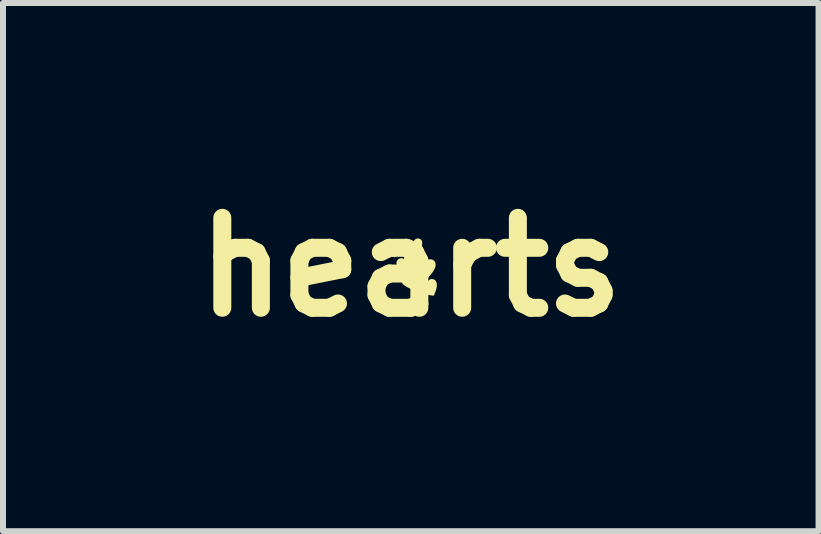
<source format=kicad_pcb>
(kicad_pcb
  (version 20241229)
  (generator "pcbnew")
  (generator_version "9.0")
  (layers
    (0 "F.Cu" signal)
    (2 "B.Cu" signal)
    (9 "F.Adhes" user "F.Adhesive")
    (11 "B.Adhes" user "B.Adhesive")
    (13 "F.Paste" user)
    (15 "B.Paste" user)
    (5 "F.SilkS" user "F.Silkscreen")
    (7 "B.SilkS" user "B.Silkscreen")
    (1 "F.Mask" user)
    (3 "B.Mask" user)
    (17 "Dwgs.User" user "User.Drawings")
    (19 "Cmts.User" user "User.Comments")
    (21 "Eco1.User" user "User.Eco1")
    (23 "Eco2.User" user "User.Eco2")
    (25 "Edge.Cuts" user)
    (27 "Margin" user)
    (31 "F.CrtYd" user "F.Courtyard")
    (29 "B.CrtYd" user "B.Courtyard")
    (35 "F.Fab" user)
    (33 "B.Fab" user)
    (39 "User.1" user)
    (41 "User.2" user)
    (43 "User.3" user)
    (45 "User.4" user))
  (footprint "hearts"
    (layer "F.Cu")
    (at 3.8 1.404)
    (property "Reference" "hearts" (at 0 0 0) (layer "F.SilkS") (effects (font (size 1.5 1.5) (thickness 0.3))))
    (attr board_only exclude_from_pos_files exclude_from_bom)
    (fp_poly (pts (xy 0.123 -0.477) (xy 0.129 -0.477) (xy 0.135 -0.476) (xy 0.138 -0.475) (xy 0.149 -0.471) (xy 0.159 -0.466) (xy 0.167 -0.46) (xy 0.175 -0.453) (xy 0.181 -0.445) (xy 0.185 -0.435) (xy 0.189 -0.425) (xy 0.189 -0.423) (xy 0.19 -0.417) (xy 0.191 -0.41) (xy 0.191 -0.402) (xy 0.191 -0.395) (xy 0.19 -0.388) (xy 0.19 -0.384) (xy 0.186 -0.371) (xy 0.182 -0.358) (xy 0.176 -0.346) (xy 0.17 -0.333) (xy 0.162 -0.319) (xy 0.153 -0.306) (xy 0.146 -0.296) (xy 0.142 -0.291) (xy 0.138 -0.286) (xy 0.132 -0.279) (xy 0.127 -0.272) (xy 0.121 -0.265) (xy 0.115 -0.257) (xy 0.109 -0.25) (xy 0.103 -0.243) (xy 0.097 -0.237) (xy 0.093 -0.231) (xy 0.09 -0.228) (xy 0.089 -0.228) (xy 0.087 -0.229) (xy 0.086 -0.229) (xy 0.084 -0.23) (xy 0.081 -0.232) (xy 0.077 -0.233) (xy 0.073 -0.235) (xy 0.072 -0.236) (xy 0.055 -0.244) (xy 0.039 -0.252) (xy 0.024 -0.26) (xy 0.011 -0.267) (xy -0.001 -0.274) (xy -0.012 -0.281) (xy -0.022 -0.287) (xy -0.031 -0.294) (xy -0.039 -0.301) (xy -0.046 -0.307) (xy -0.053 -0.314) (xy -0.059 -0.321) (xy -0.064 -0.327) (xy -0.071 -0.338) (xy -0.076 -0.348) (xy -0.08 -0.359) (xy -0.082 -0.369) (xy -0.083 -0.378) (xy -0.082 -0.389) (xy -0.08 -0.398) (xy -0.077 -0.408) (xy -0.072 -0.416) (xy -0.066 -0.424) (xy -0.062 -0.428) (xy -0.053 -0.435) (xy -0.044 -0.441) (xy -0.035 -0.445) (xy -0.025 -0.448) (xy -0.015 -0.45) (xy -0.005 -0.45) (xy 0.005 -0.448) (xy 0.015 -0.446) (xy 0.024 -0.442) (xy 0.033 -0.436) (xy 0.041 -0.429) (xy 0.043 -0.428) (xy 0.045 -0.425) (xy 0.047 -0.424) (xy 0.048 -0.423) (xy 0.048 -0.423) (xy 0.048 -0.423) (xy 0.049 -0.425) (xy 0.049 -0.426) (xy 0.051 -0.431) (xy 0.053 -0.436) (xy 0.056 -0.442) (xy 0.06 -0.447) (xy 0.06 -0.448) (xy 0.067 -0.456) (xy 0.075 -0.463) (xy 0.085 -0.469) (xy 0.095 -0.473) (xy 0.105 -0.476) (xy 0.11 -0.477) (xy 0.116 -0.477)) (stroke (width 0) (type solid)) (fill yes) (layer "F.SilkS"))
    (fp_poly (pts (xy -0.227 -0.471) (xy -0.214 -0.469) (xy -0.202 -0.466) (xy -0.191 -0.462) (xy -0.181 -0.456) (xy -0.171 -0.449) (xy -0.168 -0.446) (xy -0.16 -0.437) (xy -0.154 -0.427) (xy -0.149 -0.417) (xy -0.145 -0.405) (xy -0.143 -0.393) (xy -0.142 -0.384) (xy -0.142 -0.372) (xy -0.144 -0.36) (xy -0.146 -0.347) (xy -0.15 -0.333) (xy -0.156 -0.319) (xy -0.162 -0.305) (xy -0.17 -0.29) (xy -0.177 -0.278) (xy -0.183 -0.268) (xy -0.191 -0.257) (xy -0.2 -0.245) (xy -0.21 -0.232) (xy -0.221 -0.218) (xy -0.233 -0.204) (xy -0.24 -0.196) (xy -0.243 -0.192) (xy -0.246 -0.188) (xy -0.248 -0.185) (xy -0.25 -0.183) (xy -0.25 -0.183) (xy -0.253 -0.179) (xy -0.256 -0.176) (xy -0.259 -0.173) (xy -0.262 -0.169) (xy -0.264 -0.166) (xy -0.266 -0.164) (xy -0.268 -0.163) (xy -0.268 -0.163) (xy -0.269 -0.163) (xy -0.271 -0.164) (xy -0.273 -0.165) (xy -0.275 -0.166) (xy -0.279 -0.167) (xy -0.283 -0.169) (xy -0.285 -0.171) (xy -0.302 -0.178) (xy -0.318 -0.186) (xy -0.333 -0.194) (xy -0.348 -0.201) (xy -0.361 -0.209) (xy -0.374 -0.216) (xy -0.385 -0.222) (xy -0.395 -0.228) (xy -0.403 -0.234) (xy -0.406 -0.236) (xy -0.42 -0.246) (xy -0.432 -0.257) (xy -0.443 -0.268) (xy -0.453 -0.279) (xy -0.461 -0.291) (xy -0.468 -0.302) (xy -0.472 -0.31) (xy -0.476 -0.321) (xy -0.479 -0.331) (xy -0.48 -0.341) (xy -0.481 -0.351) (xy -0.481 -0.354) (xy -0.479 -0.366) (xy -0.476 -0.376) (xy -0.472 -0.387) (xy -0.466 -0.397) (xy -0.459 -0.406) (xy -0.451 -0.414) (xy -0.442 -0.421) (xy -0.432 -0.427) (xy -0.42 -0.432) (xy -0.417 -0.433) (xy -0.406 -0.436) (xy -0.394 -0.437) (xy -0.383 -0.436) (xy -0.371 -0.434) (xy -0.36 -0.431) (xy -0.349 -0.427) (xy -0.339 -0.421) (xy -0.33 -0.414) (xy -0.326 -0.409) (xy -0.323 -0.407) (xy -0.321 -0.404) (xy -0.319 -0.403) (xy -0.319 -0.403) (xy -0.319 -0.404) (xy -0.318 -0.406) (xy -0.317 -0.409) (xy -0.317 -0.409) (xy -0.312 -0.42) (xy -0.307 -0.43) (xy -0.3 -0.439) (xy -0.292 -0.447) (xy -0.283 -0.455) (xy -0.273 -0.46) (xy -0.262 -0.465) (xy -0.251 -0.468) (xy -0.24 -0.47) (xy -0.228 -0.471)) (stroke (width 0) (type solid)) (fill yes) (layer "F.SilkS"))
    (fp_poly (pts (xy 0.332 -0.13) (xy 0.344 -0.129) (xy 0.356 -0.125) (xy 0.36 -0.124) (xy 0.371 -0.119) (xy 0.381 -0.112) (xy 0.39 -0.105) (xy 0.397 -0.096) (xy 0.403 -0.086) (xy 0.408 -0.075) (xy 0.411 -0.066) (xy 0.413 -0.058) (xy 0.414 -0.051) (xy 0.414 -0.043) (xy 0.414 -0.035) (xy 0.414 -0.033) (xy 0.413 -0.02) (xy 0.41 -0.007) (xy 0.406 0.007) (xy 0.401 0.021) (xy 0.394 0.035) (xy 0.386 0.05) (xy 0.377 0.066) (xy 0.366 0.082) (xy 0.354 0.099) (xy 0.345 0.11) (xy 0.341 0.115) (xy 0.336 0.121) (xy 0.331 0.127) (xy 0.326 0.133) (xy 0.321 0.14) (xy 0.316 0.146) (xy 0.31 0.152) (xy 0.306 0.158) (xy 0.301 0.163) (xy 0.297 0.168) (xy 0.294 0.172) (xy 0.291 0.174) (xy 0.289 0.176) (xy 0.288 0.177) (xy 0.288 0.177) (xy 0.287 0.177) (xy 0.285 0.176) (xy 0.281 0.175) (xy 0.277 0.173) (xy 0.272 0.17) (xy 0.268 0.168) (xy 0.252 0.161) (xy 0.238 0.154) (xy 0.225 0.147) (xy 0.213 0.141) (xy 0.202 0.135) (xy 0.192 0.13) (xy 0.183 0.125) (xy 0.174 0.12) (xy 0.166 0.115) (xy 0.159 0.11) (xy 0.152 0.105) (xy 0.149 0.103) (xy 0.139 0.096) (xy 0.13 0.088) (xy 0.121 0.079) (xy 0.112 0.071) (xy 0.104 0.062) (xy 0.097 0.053) (xy 0.092 0.045) (xy 0.09 0.042) (xy 0.084 0.03) (xy 0.08 0.018) (xy 0.077 0.006) (xy 0.076 -0.006) (xy 0.076 -0.018) (xy 0.078 -0.03) (xy 0.078 -0.032) (xy 0.082 -0.042) (xy 0.087 -0.052) (xy 0.094 -0.062) (xy 0.102 -0.07) (xy 0.111 -0.078) (xy 0.12 -0.084) (xy 0.131 -0.089) (xy 0.142 -0.093) (xy 0.145 -0.094) (xy 0.149 -0.095) (xy 0.152 -0.096) (xy 0.156 -0.096) (xy 0.16 -0.096) (xy 0.166 -0.096) (xy 0.171 -0.096) (xy 0.175 -0.096) (xy 0.179 -0.096) (xy 0.182 -0.095) (xy 0.185 -0.095) (xy 0.188 -0.094) (xy 0.199 -0.09) (xy 0.21 -0.085) (xy 0.22 -0.078) (xy 0.229 -0.07) (xy 0.231 -0.069) (xy 0.237 -0.062) (xy 0.239 -0.068) (xy 0.243 -0.079) (xy 0.249 -0.089) (xy 0.256 -0.098) (xy 0.262 -0.105) (xy 0.266 -0.108) (xy 0.269 -0.111) (xy 0.272 -0.114) (xy 0.274 -0.115) (xy 0.285 -0.121) (xy 0.296 -0.126) (xy 0.308 -0.129) (xy 0.32 -0.131)) (stroke (width 0) (type solid)) (fill yes) (layer "F.SilkS"))
    (fp_poly (pts (xy -0.019 -0.223) (xy -0.009 -0.221) (xy 0.001 -0.218) (xy 0.01 -0.213) (xy 0.018 -0.206) (xy 0.024 -0.201) (xy 0.031 -0.193) (xy 0.037 -0.184) (xy 0.042 -0.174) (xy 0.046 -0.163) (xy 0.049 -0.151) (xy 0.05 -0.139) (xy 0.051 -0.124) (xy 0.051 -0.122) (xy 0.051 -0.113) (xy 0.05 -0.104) (xy 0.049 -0.095) (xy 0.047 -0.085) (xy 0.046 -0.076) (xy 0.043 -0.065) (xy 0.04 -0.054) (xy 0.036 -0.042) (xy 0.034 -0.034) (xy 0.032 -0.027) (xy 0.03 -0.022) (xy 0.028 -0.017) (xy 0.027 -0.012) (xy 0.025 -0.008) (xy 0.023 -0.002) (xy 0.021 0.003) (xy 0.018 0.01) (xy 0.016 0.015) (xy 0.013 0.024) (xy 0.01 0.031) (xy 0.008 0.037) (xy 0.006 0.042) (xy 0.004 0.046) (xy 0.003 0.049) (xy 0.002 0.051) (xy 0.001 0.052) (xy 0.001 0.053) (xy 0.000105 0.054) (xy -0.000407 0.054) (xy -0.001 0.054) (xy -0.002 0.054) (xy -0.002 0.054) (xy -0.004 0.054) (xy -0.007 0.054) (xy -0.009 0.053) (xy -0.012 0.053) (xy -0.016 0.052) (xy -0.02 0.052) (xy -0.025 0.051) (xy -0.025 0.051) (xy -0.044 0.049) (xy -0.061 0.047) (xy -0.076 0.045) (xy -0.091 0.042) (xy -0.104 0.04) (xy -0.116 0.037) (xy -0.127 0.035) (xy -0.138 0.032) (xy -0.148 0.029) (xy -0.157 0.025) (xy -0.166 0.022) (xy -0.174 0.018) (xy -0.182 0.014) (xy -0.194 0.007) (xy -0.205 -0.002) (xy -0.215 -0.01) (xy -0.223 -0.02) (xy -0.229 -0.03) (xy -0.234 -0.041) (xy -0.234 -0.041) (xy -0.238 -0.051) (xy -0.239 -0.062) (xy -0.239 -0.073) (xy -0.237 -0.084) (xy -0.234 -0.094) (xy -0.23 -0.105) (xy -0.223 -0.114) (xy -0.216 -0.123) (xy -0.208 -0.131) (xy -0.198 -0.137) (xy -0.188 -0.142) (xy -0.177 -0.145) (xy -0.165 -0.148) (xy -0.162 -0.148) (xy -0.154 -0.148) (xy -0.145 -0.147) (xy -0.136 -0.145) (xy -0.127 -0.142) (xy -0.119 -0.139) (xy -0.116 -0.137) (xy -0.115 -0.136) (xy -0.113 -0.135) (xy -0.113 -0.135) (xy -0.113 -0.136) (xy -0.113 -0.138) (xy -0.113 -0.141) (xy -0.113 -0.141) (xy -0.113 -0.149) (xy -0.112 -0.158) (xy -0.109 -0.167) (xy -0.106 -0.175) (xy -0.102 -0.184) (xy -0.098 -0.189) (xy -0.091 -0.198) (xy -0.082 -0.206) (xy -0.073 -0.212) (xy -0.063 -0.217) (xy -0.052 -0.221) (xy -0.04 -0.223) (xy -0.031 -0.223)) (stroke (width 0) (type solid)) (fill yes) (layer "F.SilkS"))
    (fp_poly (pts (xy 0.044 0.12) (xy 0.05 0.121) (xy 0.056 0.121) (xy 0.06 0.122) (xy 0.061 0.122) (xy 0.07 0.125) (xy 0.079 0.13) (xy 0.088 0.136) (xy 0.093 0.14) (xy 0.1 0.148) (xy 0.105 0.157) (xy 0.109 0.167) (xy 0.112 0.177) (xy 0.113 0.189) (xy 0.113 0.193) (xy 0.113 0.204) (xy 0.111 0.216) (xy 0.108 0.228) (xy 0.104 0.24) (xy 0.098 0.253) (xy 0.091 0.266) (xy 0.083 0.28) (xy 0.073 0.294) (xy 0.062 0.309) (xy 0.058 0.315) (xy 0.056 0.317) (xy 0.053 0.32) (xy 0.05 0.324) (xy 0.047 0.328) (xy 0.043 0.332) (xy 0.04 0.336) (xy 0.036 0.34) (xy 0.034 0.344) (xy 0.031 0.347) (xy 0.03 0.349) (xy 0.029 0.35) (xy 0.028 0.351) (xy 0.026 0.353) (xy 0.024 0.355) (xy 0.021 0.358) (xy 0.02 0.36) (xy 0.017 0.363) (xy 0.015 0.366) (xy 0.013 0.368) (xy 0.011 0.369) (xy 0.011 0.369) (xy 0.01 0.369) (xy 0.008 0.368) (xy 0.005 0.367) (xy 0.004 0.366) (xy 0.000322 0.364) (xy -0.004 0.362) (xy -0.008 0.36) (xy -0.009 0.36) (xy -0.014 0.357) (xy -0.02 0.354) (xy -0.027 0.351) (xy -0.034 0.348) (xy -0.041 0.344) (xy -0.048 0.34) (xy -0.055 0.337) (xy -0.061 0.334) (xy -0.065 0.331) (xy -0.068 0.33) (xy -0.08 0.323) (xy -0.09 0.317) (xy -0.1 0.31) (xy -0.108 0.304) (xy -0.116 0.297) (xy -0.124 0.29) (xy -0.128 0.287) (xy -0.137 0.277) (xy -0.145 0.267) (xy -0.151 0.256) (xy -0.155 0.246) (xy -0.159 0.235) (xy -0.159 0.233) (xy -0.161 0.225) (xy -0.161 0.216) (xy -0.16 0.207) (xy -0.158 0.199) (xy -0.158 0.197) (xy -0.153 0.187) (xy -0.148 0.178) (xy -0.141 0.17) (xy -0.133 0.163) (xy -0.124 0.157) (xy -0.114 0.152) (xy -0.104 0.149) (xy -0.093 0.148) (xy -0.088 0.148) (xy -0.077 0.148) (xy -0.066 0.151) (xy -0.056 0.154) (xy -0.047 0.16) (xy -0.038 0.167) (xy -0.037 0.168) (xy -0.034 0.171) (xy -0.032 0.173) (xy -0.03 0.174) (xy -0.029 0.173) (xy -0.029 0.172) (xy -0.028 0.169) (xy -0.028 0.169) (xy -0.027 0.166) (xy -0.025 0.163) (xy -0.023 0.159) (xy -0.021 0.155) (xy -0.02 0.152) (xy -0.014 0.145) (xy -0.007 0.138) (xy 0.001 0.132) (xy 0.01 0.127) (xy 0.019 0.123) (xy 0.028 0.121) (xy 0.029 0.121) (xy 0.033 0.12) (xy 0.038 0.12)) (stroke (width 0) (type solid)) (fill yes) (layer "F.SilkS"))
    (fp_poly (pts (xy 0.369 0.201) (xy 0.38 0.203) (xy 0.388 0.207) (xy 0.396 0.212) (xy 0.404 0.217) (xy 0.41 0.223) (xy 0.415 0.229) (xy 0.421 0.238) (xy 0.426 0.249) (xy 0.43 0.26) (xy 0.433 0.272) (xy 0.434 0.285) (xy 0.435 0.299) (xy 0.435 0.304) (xy 0.434 0.313) (xy 0.434 0.321) (xy 0.433 0.33) (xy 0.431 0.339) (xy 0.429 0.348) (xy 0.427 0.358) (xy 0.424 0.368) (xy 0.421 0.379) (xy 0.417 0.391) (xy 0.413 0.403) (xy 0.408 0.417) (xy 0.402 0.432) (xy 0.396 0.448) (xy 0.391 0.462) (xy 0.389 0.467) (xy 0.387 0.471) (xy 0.386 0.474) (xy 0.385 0.475) (xy 0.383 0.476) (xy 0.382 0.477) (xy 0.38 0.476) (xy 0.377 0.476) (xy 0.375 0.476) (xy 0.373 0.475) (xy 0.369 0.475) (xy 0.364 0.474) (xy 0.359 0.474) (xy 0.358 0.474) (xy 0.354 0.473) (xy 0.349 0.473) (xy 0.346 0.472) (xy 0.344 0.472) (xy 0.343 0.472) (xy 0.341 0.472) (xy 0.337 0.471) (xy 0.334 0.471) (xy 0.324 0.47) (xy 0.314 0.468) (xy 0.304 0.467) (xy 0.294 0.465) (xy 0.284 0.463) (xy 0.275 0.461) (xy 0.266 0.46) (xy 0.259 0.458) (xy 0.253 0.456) (xy 0.25 0.456) (xy 0.235 0.451) (xy 0.221 0.445) (xy 0.208 0.44) (xy 0.197 0.434) (xy 0.187 0.427) (xy 0.178 0.42) (xy 0.169 0.412) (xy 0.169 0.411) (xy 0.161 0.403) (xy 0.155 0.393) (xy 0.15 0.383) (xy 0.147 0.373) (xy 0.146 0.367) (xy 0.145 0.36) (xy 0.145 0.353) (xy 0.145 0.346) (xy 0.146 0.34) (xy 0.146 0.34) (xy 0.15 0.328) (xy 0.154 0.318) (xy 0.161 0.308) (xy 0.168 0.299) (xy 0.176 0.292) (xy 0.186 0.286) (xy 0.189 0.284) (xy 0.198 0.28) (xy 0.207 0.277) (xy 0.217 0.275) (xy 0.226 0.275) (xy 0.236 0.275) (xy 0.246 0.277) (xy 0.255 0.28) (xy 0.264 0.284) (xy 0.264 0.284) (xy 0.271 0.288) (xy 0.271 0.28) (xy 0.271 0.276) (xy 0.271 0.273) (xy 0.271 0.271) (xy 0.271 0.27) (xy 0.272 0.269) (xy 0.272 0.266) (xy 0.272 0.265) (xy 0.274 0.256) (xy 0.278 0.247) (xy 0.283 0.238) (xy 0.289 0.23) (xy 0.296 0.222) (xy 0.303 0.215) (xy 0.312 0.21) (xy 0.317 0.207) (xy 0.32 0.206) (xy 0.323 0.205) (xy 0.324 0.204) (xy 0.327 0.203) (xy 0.331 0.202) (xy 0.337 0.201) (xy 0.342 0.2) (xy 0.346 0.199) (xy 0.346 0.199) (xy 0.358 0.199)) (stroke (width 0) (type solid)) (fill yes) (layer "F.SilkS")))
  (gr_rect
    (start -3 -3)
    (end 10.6 5.808)
    (stroke (width 0.1) (type default))
    (fill no)
    (layer "Edge.Cuts")))
</source>
